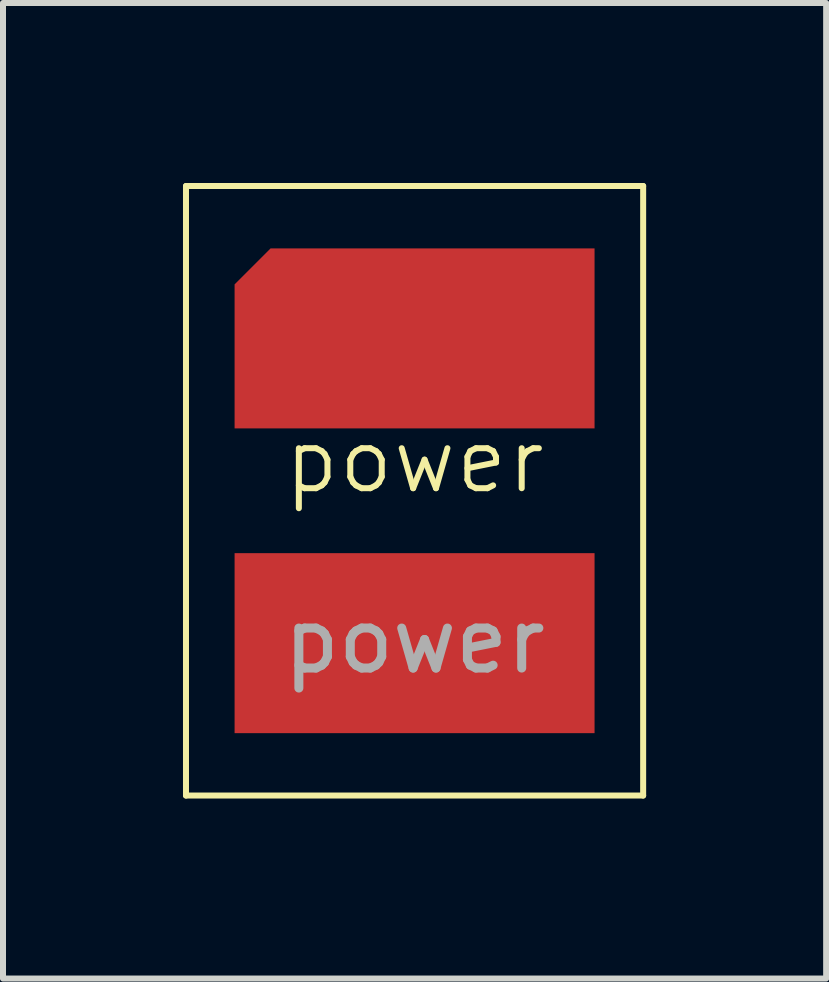
<source format=kicad_pcb>
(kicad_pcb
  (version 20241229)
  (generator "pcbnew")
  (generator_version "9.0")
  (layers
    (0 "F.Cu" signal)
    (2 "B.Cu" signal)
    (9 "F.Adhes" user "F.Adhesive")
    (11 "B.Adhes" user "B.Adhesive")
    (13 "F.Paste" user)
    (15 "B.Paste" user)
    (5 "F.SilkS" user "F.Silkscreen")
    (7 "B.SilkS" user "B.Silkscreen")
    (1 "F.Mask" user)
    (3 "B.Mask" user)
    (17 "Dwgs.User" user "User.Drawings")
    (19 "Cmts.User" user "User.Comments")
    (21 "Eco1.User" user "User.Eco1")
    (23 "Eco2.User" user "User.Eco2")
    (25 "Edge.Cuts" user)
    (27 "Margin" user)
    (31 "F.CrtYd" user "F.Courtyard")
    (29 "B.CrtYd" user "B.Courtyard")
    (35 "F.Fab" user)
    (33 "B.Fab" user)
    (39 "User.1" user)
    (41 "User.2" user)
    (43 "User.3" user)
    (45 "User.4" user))
  (footprint "power"
    (layer "F.Cu")
    (at 3.86 5.13)
    (property "Reference" "power" (at 0 -0.5 0) (unlocked yes) (layer "F.SilkS") (effects (font (size 1 1) (thickness 0.1))))
    (attr smd)
    (fp_line (start -3.81 -5.08) (end 3.81 -5.08) (stroke (width 0.1) (type default)) (layer "F.SilkS"))
    (fp_line (start -3.81 5.08) (end -3.81 -5.08) (stroke (width 0.1) (type default)) (layer "F.SilkS"))
    (fp_line (start 3.81 -5.08) (end 3.81 5.08) (stroke (width 0.1) (type default)) (layer "F.SilkS"))
    (fp_line (start 3.81 5.08) (end -3.81 5.08) (stroke (width 0.1) (type default)) (layer "F.SilkS"))
    (fp_text user "${REFERENCE}" (at 0 2.5 0) (unlocked yes) (layer "F.Fab") (effects (font (size 1 1) (thickness 0.15))))
    (pad "1" smd roundrect (at 0 -2.54) (size 6 3) (layers "F.Cu" "F.Mask" "F.Paste") (roundrect_rratio 0) (chamfer_ratio 0.2) (chamfer top_left))
    (pad "2" smd rect (at 0 2.54) (size 6 3) (layers "F.Cu" "F.Mask" "F.Paste")))
  (gr_rect
    (start -3 -3)
    (end 10.72 13.26)
    (stroke (width 0.1) (type default))
    (fill no)
    (layer "Edge.Cuts")))
</source>
